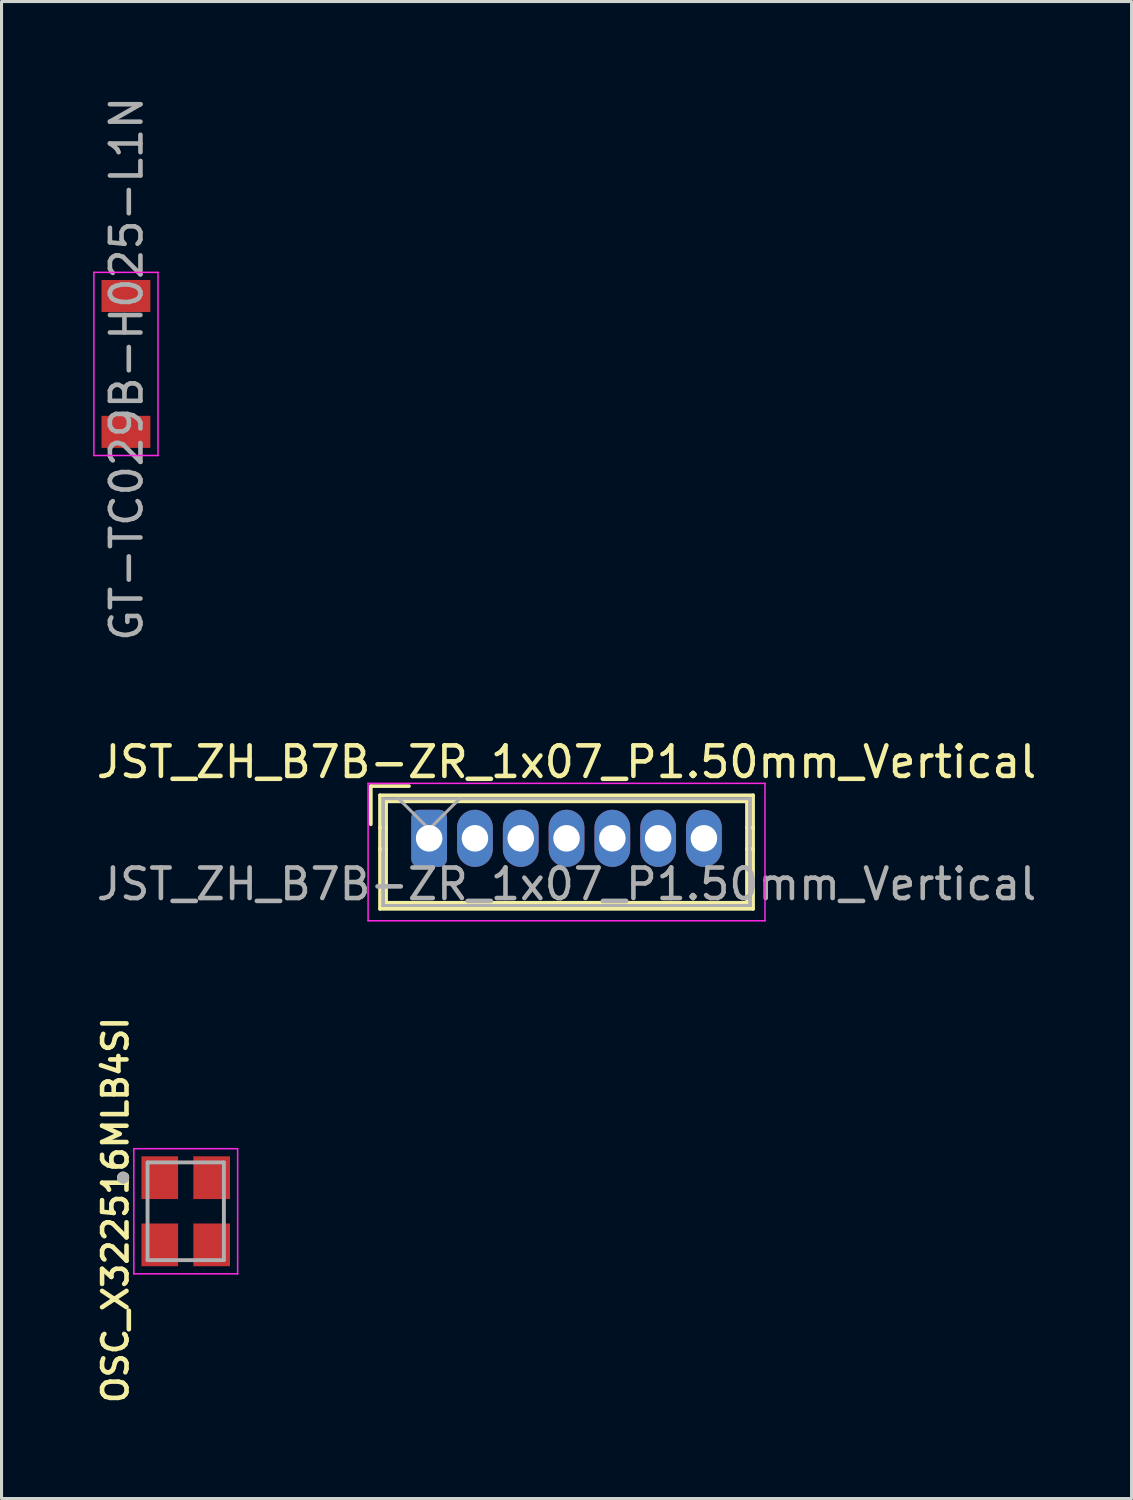
<source format=kicad_pcb>
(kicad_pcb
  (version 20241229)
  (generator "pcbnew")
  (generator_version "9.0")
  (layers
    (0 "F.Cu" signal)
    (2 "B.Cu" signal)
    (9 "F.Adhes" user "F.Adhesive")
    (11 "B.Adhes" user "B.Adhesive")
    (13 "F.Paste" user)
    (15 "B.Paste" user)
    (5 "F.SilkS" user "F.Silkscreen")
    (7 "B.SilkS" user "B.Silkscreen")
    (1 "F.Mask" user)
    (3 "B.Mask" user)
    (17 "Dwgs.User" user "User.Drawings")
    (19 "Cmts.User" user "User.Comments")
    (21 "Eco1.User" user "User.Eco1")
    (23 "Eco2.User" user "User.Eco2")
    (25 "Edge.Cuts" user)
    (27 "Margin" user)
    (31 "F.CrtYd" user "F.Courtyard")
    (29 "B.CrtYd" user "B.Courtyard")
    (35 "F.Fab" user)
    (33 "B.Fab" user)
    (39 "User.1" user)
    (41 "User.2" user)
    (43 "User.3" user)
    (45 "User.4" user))
  (footprint "OSC_X322516MLB4SI"
    (layer "F.Cu")
    (at 3.033 36.623)
    (property "Reference" "OSC_X322516MLB4SI" (at -2.302 -0.04 270) (layer "F.SilkS") (effects (font (size 0.8 0.8) (thickness 0.15))))
    (attr smd)
    (fp_circle (center -2.05 -1.1) (end -1.95 -1.1) (stroke (width 0.2) (type solid)) (fill no) (layer "F.SilkS"))
    (fp_line (start -1.7 -2.05) (end 1.7 -2.05) (stroke (width 0.05) (type solid)) (layer "F.CrtYd"))
    (fp_line (start -1.7 2.05) (end -1.7 -2.05) (stroke (width 0.05) (type solid)) (layer "F.CrtYd"))
    (fp_line (start 1.7 -2.05) (end 1.7 2.05) (stroke (width 0.05) (type solid)) (layer "F.CrtYd"))
    (fp_line (start 1.7 2.05) (end -1.7 2.05) (stroke (width 0.05) (type solid)) (layer "F.CrtYd"))
    (fp_line (start -1.25 -1.6) (end 1.25 -1.6) (stroke (width 0.127) (type solid)) (layer "F.Fab"))
    (fp_line (start -1.25 1.6) (end -1.25 -1.6) (stroke (width 0.127) (type solid)) (layer "F.Fab"))
    (fp_line (start 1.25 -1.6) (end 1.25 1.6) (stroke (width 0.127) (type solid)) (layer "F.Fab"))
    (fp_line (start 1.25 1.6) (end -1.25 1.6) (stroke (width 0.127) (type solid)) (layer "F.Fab"))
    (fp_circle (center -2.05 -1.1) (end -1.95 -1.1) (stroke (width 0.2) (type solid)) (fill no) (layer "F.Fab"))
    (pad "1" smd rect (at -0.85 -1.1) (size 1.2 1.4) (layers "F.Cu" "F.Mask" "F.Paste"))
    (pad "2" smd rect (at -0.85 1.1) (size 1.2 1.4) (layers "F.Cu" "F.Mask" "F.Paste"))
    (pad "3" smd rect (at 0.85 1.1) (size 1.2 1.4) (layers "F.Cu" "F.Mask" "F.Paste"))
    (pad "4" smd rect (at 0.85 -1.1) (size 1.2 1.4) (layers "F.Cu" "F.Mask" "F.Paste")))
  (footprint "JST_ZH_B7B-ZR_1x07_P1.50mm_Vertical"
    (layer "F.Cu")
    (at 11.006 24.408)
    (property "Reference" "JST_ZH_B7B-ZR_1x07_P1.50mm_Vertical" (at 4.5 -2.5 0) (layer "F.SilkS") (effects (font (size 1 1) (thickness 0.15))))
    (attr through_hole)
    (fp_line (start -1.91 -1.71) (end -1.91 -0.46) (stroke (width 0.12) (type solid)) (layer "F.SilkS"))
    (fp_line (start -1.61 -1.41) (end -1.61 2.31) (stroke (width 0.12) (type solid)) (layer "F.SilkS"))
    (fp_line (start -1.61 -0.35) (end -1.41 -0.35) (stroke (width 0.12) (type solid)) (layer "F.SilkS"))
    (fp_line (start -1.61 2.31) (end 10.61 2.31) (stroke (width 0.12) (type solid)) (layer "F.SilkS"))
    (fp_line (start -1.41 -1.21) (end 10.41 -1.21) (stroke (width 0.12) (type solid)) (layer "F.SilkS"))
    (fp_line (start -1.41 -0.35) (end -1.41 -1.21) (stroke (width 0.12) (type solid)) (layer "F.SilkS"))
    (fp_line (start -1.41 -0.35) (end -1.41 0.35) (stroke (width 0.12) (type solid)) (layer "F.SilkS"))
    (fp_line (start -1.41 0.35) (end -1.61 0.35) (stroke (width 0.12) (type solid)) (layer "F.SilkS"))
    (fp_line (start -1.41 0.35) (end -1.41 2.11) (stroke (width 0.12) (type solid)) (layer "F.SilkS"))
    (fp_line (start -1.41 2.11) (end 10.41 2.11) (stroke (width 0.12) (type solid)) (layer "F.SilkS"))
    (fp_line (start -0.66 -1.71) (end -1.91 -1.71) (stroke (width 0.12) (type solid)) (layer "F.SilkS"))
    (fp_line (start 10.41 -1.21) (end 10.41 -0.35) (stroke (width 0.12) (type solid)) (layer "F.SilkS"))
    (fp_line (start 10.41 -0.35) (end 10.41 0.35) (stroke (width 0.12) (type solid)) (layer "F.SilkS"))
    (fp_line (start 10.41 -0.35) (end 10.61 -0.35) (stroke (width 0.12) (type solid)) (layer "F.SilkS"))
    (fp_line (start 10.41 0.35) (end 10.61 0.35) (stroke (width 0.12) (type solid)) (layer "F.SilkS"))
    (fp_line (start 10.41 2.11) (end 10.41 0.35) (stroke (width 0.12) (type solid)) (layer "F.SilkS"))
    (fp_line (start 10.61 -1.41) (end -1.61 -1.41) (stroke (width 0.12) (type solid)) (layer "F.SilkS"))
    (fp_line (start 10.61 2.31) (end 10.61 -1.41) (stroke (width 0.12) (type solid)) (layer "F.SilkS"))
    (fp_line (start -2 -1.8) (end -2 2.7) (stroke (width 0.05) (type solid)) (layer "F.CrtYd"))
    (fp_line (start -2 2.7) (end 11 2.7) (stroke (width 0.05) (type solid)) (layer "F.CrtYd"))
    (fp_line (start 11 -1.8) (end -2 -1.8) (stroke (width 0.05) (type solid)) (layer "F.CrtYd"))
    (fp_line (start 11 2.7) (end 11 -1.8) (stroke (width 0.05) (type solid)) (layer "F.CrtYd"))
    (fp_line (start -1.5 -1.3) (end -1.5 2.2) (stroke (width 0.1) (type solid)) (layer "F.Fab"))
    (fp_line (start -1.5 2.2) (end 10.5 2.2) (stroke (width 0.1) (type solid)) (layer "F.Fab"))
    (fp_line (start -1 -1.3) (end 0 -0.3) (stroke (width 0.1) (type solid)) (layer "F.Fab"))
    (fp_line (start 0 -0.3) (end 1 -1.3) (stroke (width 0.1) (type solid)) (layer "F.Fab"))
    (fp_line (start 10.5 -1.3) (end -1.5 -1.3) (stroke (width 0.1) (type solid)) (layer "F.Fab"))
    (fp_line (start 10.5 2.2) (end 10.5 -1.3) (stroke (width 0.1) (type solid)) (layer "F.Fab"))
    (fp_text user "${REFERENCE}" (at 4.5 1.5 0) (layer "F.Fab") (effects (font (size 1 1) (thickness 0.15))))
    (pad "1" thru_hole roundrect (at 0 0) (size 1.17 1.87) (drill 0.87) (layers "*.Cu" "*.Mask") (roundrect_rratio 0.214))
    (pad "2" thru_hole oval (at 1.5 0) (size 1.17 1.87) (drill 0.87) (layers "*.Cu" "*.Mask"))
    (pad "3" thru_hole oval (at 3 0) (size 1.17 1.87) (drill 0.87) (layers "*.Cu" "*.Mask"))
    (pad "4" thru_hole oval (at 4.5 0) (size 1.17 1.87) (drill 0.87) (layers "*.Cu" "*.Mask"))
    (pad "5" thru_hole oval (at 6 0) (size 1.17 1.87) (drill 0.87) (layers "*.Cu" "*.Mask"))
    (pad "6" thru_hole oval (at 7.5 0) (size 1.17 1.87) (drill 0.87) (layers "*.Cu" "*.Mask"))
    (pad "7" thru_hole oval (at 9 0) (size 1.17 1.87) (drill 0.87) (layers "*.Cu" "*.Mask")))
  (footprint "GT-TC029B-H025-L1N"
    (layer "F.Cu")
    (at 1.075 8.87)
    (property "Reference" "GT-TC029B-H025-L1N" (at 0.02 0.16 90) (layer "F.Fab") (effects (font (size 1 1) (thickness 0.15))))
    (attr smd)
    (fp_line (start -1.05 -3) (end 1.05 -3) (stroke (width 0.05) (type solid)) (layer "F.CrtYd"))
    (fp_line (start -1.05 3) (end -1.05 -3) (stroke (width 0.05) (type solid)) (layer "F.CrtYd"))
    (fp_line (start 1.05 -3) (end 1.05 3) (stroke (width 0.05) (type solid)) (layer "F.CrtYd"))
    (fp_line (start 1.05 3) (end -1.05 3) (stroke (width 0.05) (type solid)) (layer "F.CrtYd"))
    (pad "1" smd rect (at 0 2.225) (size 1.6 1.05) (layers "F.Cu" "F.Mask" "F.Paste"))
    (pad "2" smd rect (at 0 -2.225) (size 1.6 1.05) (layers "F.Cu" "F.Mask" "F.Paste")))
  (gr_rect
    (start -3 -3)
    (end 34.012 46.032)
    (stroke (width 0.1) (type default))
    (fill no)
    (layer "Edge.Cuts")))
</source>
